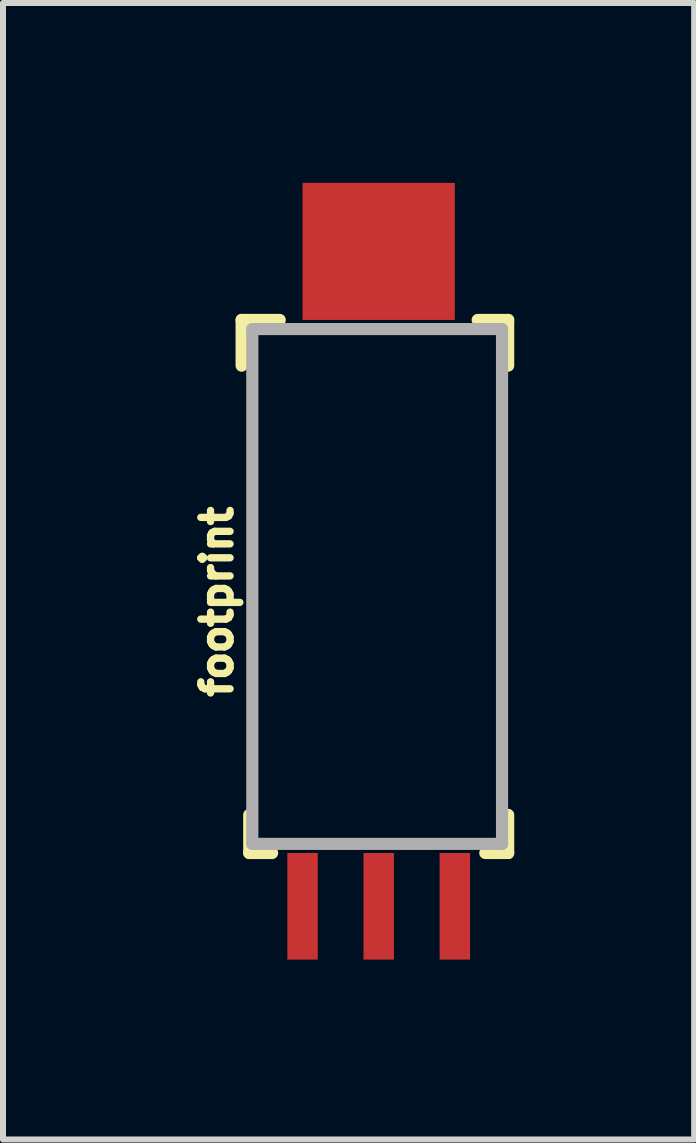
<source format=kicad_pcb>
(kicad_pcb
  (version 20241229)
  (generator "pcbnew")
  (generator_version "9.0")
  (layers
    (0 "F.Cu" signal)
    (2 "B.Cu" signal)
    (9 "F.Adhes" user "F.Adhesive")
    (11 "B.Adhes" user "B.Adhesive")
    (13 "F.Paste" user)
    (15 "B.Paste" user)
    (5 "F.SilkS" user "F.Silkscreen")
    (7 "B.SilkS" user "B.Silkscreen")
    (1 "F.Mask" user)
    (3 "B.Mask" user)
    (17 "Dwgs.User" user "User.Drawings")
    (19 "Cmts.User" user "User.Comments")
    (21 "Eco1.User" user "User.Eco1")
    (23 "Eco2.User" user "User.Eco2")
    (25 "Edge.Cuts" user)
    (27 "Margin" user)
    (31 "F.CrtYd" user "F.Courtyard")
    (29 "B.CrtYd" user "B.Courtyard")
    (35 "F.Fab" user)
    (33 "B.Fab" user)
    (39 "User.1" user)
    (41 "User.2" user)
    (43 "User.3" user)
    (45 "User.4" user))
  (footprint "footprint"
    (layer "F.Cu")
    (at 3.266 6.985)
    (property "Reference" "footprint" (at -2.413 0 90) (layer "F.SilkS") (effects (font (size 0.488 0.488) (thickness 0.122)) (justify bottom)))
    (fp_line (start -2.286 -4.699) (end -1.651 -4.699) (stroke (width 0.203) (type solid)) (layer "F.SilkS"))
    (fp_line (start -2.286 -3.937) (end -2.286 -4.699) (stroke (width 0.203) (type solid)) (layer "F.SilkS"))
    (fp_line (start -2.159 3.556) (end -2.159 4.191) (stroke (width 0.203) (type solid)) (layer "F.SilkS"))
    (fp_line (start -2.159 4.191) (end -1.778 4.191) (stroke (width 0.203) (type solid)) (layer "F.SilkS"))
    (fp_line (start 1.778 4.191) (end 2.159 4.191) (stroke (width 0.203) (type solid)) (layer "F.SilkS"))
    (fp_line (start 2.159 -4.699) (end 1.651 -4.699) (stroke (width 0.203) (type solid)) (layer "F.SilkS"))
    (fp_line (start 2.159 -3.937) (end 2.159 -4.699) (stroke (width 0.203) (type solid)) (layer "F.SilkS"))
    (fp_line (start 2.159 4.191) (end 2.159 3.556) (stroke (width 0.203) (type solid)) (layer "F.SilkS"))
    (fp_line (start -2.108 -4.547) (end 2.057 -4.547) (stroke (width 0.203) (type solid)) (layer "F.Fab"))
    (fp_line (start -2.108 4.039) (end -2.108 -4.547) (stroke (width 0.203) (type solid)) (layer "F.Fab"))
    (fp_line (start 2.057 -4.547) (end 2.057 4.039) (stroke (width 0.203) (type solid)) (layer "F.Fab"))
    (fp_line (start 2.057 4.039) (end -2.108 4.039) (stroke (width 0.203) (type solid)) (layer "F.Fab"))
    (pad "1" smd rect (at -1.27 5.08) (size 0.508 1.778) (layers "F.Cu" "F.Mask" "F.Paste"))
    (pad "2" smd rect (at 0 5.08) (size 0.508 1.778) (layers "F.Cu" "F.Mask" "F.Paste"))
    (pad "3" smd rect (at 1.27 5.08) (size 0.508 1.778) (layers "F.Cu" "F.Mask" "F.Paste"))
    (pad "NC" smd rect (at 0 -5.842) (size 2.54 2.286) (layers "F.Cu" "F.Mask" "F.Paste")))
  (gr_rect
    (start -3 -3)
    (end 8.527 15.954)
    (stroke (width 0.1) (type default))
    (fill no)
    (layer "Edge.Cuts")))
</source>
